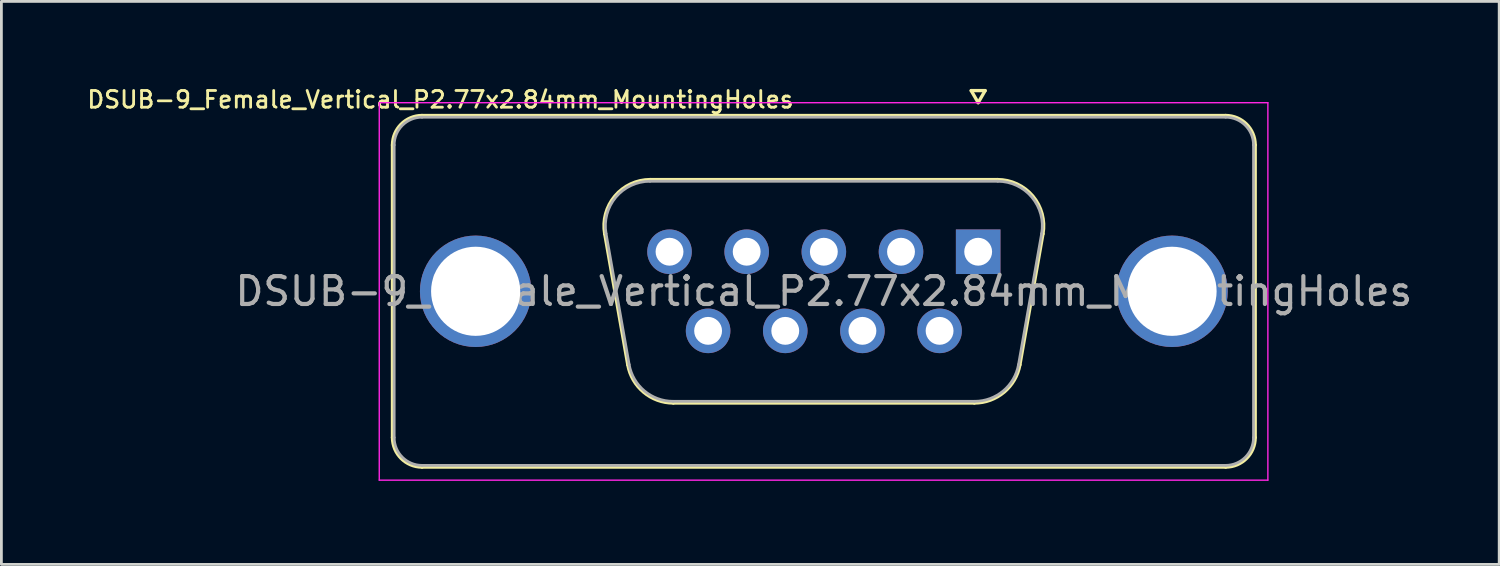
<source format=kicad_pcb>
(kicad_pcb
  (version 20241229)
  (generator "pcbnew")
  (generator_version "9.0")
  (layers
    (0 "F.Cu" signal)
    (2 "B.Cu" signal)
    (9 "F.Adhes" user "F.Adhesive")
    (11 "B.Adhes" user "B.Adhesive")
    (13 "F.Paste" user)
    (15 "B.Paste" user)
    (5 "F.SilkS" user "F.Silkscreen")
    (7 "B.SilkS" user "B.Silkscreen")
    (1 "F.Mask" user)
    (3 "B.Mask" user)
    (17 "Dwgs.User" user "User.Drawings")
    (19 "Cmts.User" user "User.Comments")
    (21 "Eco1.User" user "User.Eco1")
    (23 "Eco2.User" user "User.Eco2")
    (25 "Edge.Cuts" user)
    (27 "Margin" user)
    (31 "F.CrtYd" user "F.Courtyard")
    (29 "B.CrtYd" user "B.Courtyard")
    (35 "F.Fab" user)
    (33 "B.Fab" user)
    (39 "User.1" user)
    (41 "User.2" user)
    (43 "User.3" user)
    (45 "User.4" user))
  (footprint "DSUB-9_Female_Vertical_P2.77x2.84mm_MountingHoles"
    (layer "F.Cu")
    (at 32.065 5.987)
    (property "Reference" "DSUB-9_Female_Vertical_P2.77x2.84mm_MountingHoles" (at -19.304 -5.461 0) (layer "F.SilkS") (effects (font (size 0.6 0.6) (thickness 0.1))))
    (attr through_hole)
    (fp_line (start -21.025 6.67) (end -21.025 -3.83) (stroke (width 0.12) (type solid)) (layer "F.SilkS"))
    (fp_line (start -19.965 -4.89) (end 8.885 -4.89) (stroke (width 0.12) (type solid)) (layer "F.SilkS"))
    (fp_line (start -13.406 -0.642) (end -12.578 4.058) (stroke (width 0.12) (type solid)) (layer "F.SilkS"))
    (fp_line (start -11.772 -2.59) (end 0.692 -2.59) (stroke (width 0.12) (type solid)) (layer "F.SilkS"))
    (fp_line (start -10.943 5.43) (end -0.137 5.43) (stroke (width 0.12) (type solid)) (layer "F.SilkS"))
    (fp_line (start -0.25 -5.784) (end 0.25 -5.784) (stroke (width 0.12) (type solid)) (layer "F.SilkS"))
    (fp_line (start 0 -5.351) (end -0.25 -5.784) (stroke (width 0.12) (type solid)) (layer "F.SilkS"))
    (fp_line (start 0.25 -5.784) (end 0 -5.351) (stroke (width 0.12) (type solid)) (layer "F.SilkS"))
    (fp_line (start 2.326 -0.642) (end 1.498 4.058) (stroke (width 0.12) (type solid)) (layer "F.SilkS"))
    (fp_line (start 8.885 7.73) (end -19.965 7.73) (stroke (width 0.12) (type solid)) (layer "F.SilkS"))
    (fp_line (start 9.945 -3.83) (end 9.945 6.67) (stroke (width 0.12) (type solid)) (layer "F.SilkS"))
    (fp_arc (start -21.025 -3.83) (mid -20.714533 -4.579533) (end -19.965 -4.89) (stroke (width 0.12) (type solid)) (layer "F.SilkS"))
    (fp_arc (start -19.965 7.73) (mid -20.714533 7.419533) (end -21.025 6.67) (stroke (width 0.12) (type solid)) (layer "F.SilkS"))
    (fp_arc (start -13.40647 -0.641744) (mid -13.043323 -1.997028) (end -11.771689 -2.59) (stroke (width 0.12) (type solid)) (layer "F.SilkS"))
    (fp_arc (start -10.942952 5.43) (mid -12.009979 5.041634) (end -12.577733 4.058256) (stroke (width 0.12) (type solid)) (layer "F.SilkS"))
    (fp_arc (start 0.691689 -2.59) (mid 1.963323 -1.997027) (end 2.32647 -0.641744) (stroke (width 0.12) (type solid)) (layer "F.SilkS"))
    (fp_arc (start 1.497733 4.058256) (mid 0.92998 5.041634) (end -0.137048 5.43) (stroke (width 0.12) (type solid)) (layer "F.SilkS"))
    (fp_arc (start 8.885 -4.89) (mid 9.634533 -4.579533) (end 9.945 -3.83) (stroke (width 0.12) (type solid)) (layer "F.SilkS"))
    (fp_arc (start 9.945 6.67) (mid 9.634533 7.419533) (end 8.885 7.73) (stroke (width 0.12) (type solid)) (layer "F.SilkS"))
    (fp_line (start -21.5 -5.35) (end -21.5 8.2) (stroke (width 0.05) (type solid)) (layer "F.CrtYd"))
    (fp_line (start -21.5 8.2) (end 10.4 8.2) (stroke (width 0.05) (type solid)) (layer "F.CrtYd"))
    (fp_line (start 10.4 -5.35) (end -21.5 -5.35) (stroke (width 0.05) (type solid)) (layer "F.CrtYd"))
    (fp_line (start 10.4 8.2) (end 10.4 -5.35) (stroke (width 0.05) (type solid)) (layer "F.CrtYd"))
    (fp_line (start -20.965 6.67) (end -20.965 -3.83) (stroke (width 0.1) (type solid)) (layer "F.Fab"))
    (fp_line (start -19.965 -4.83) (end 8.885 -4.83) (stroke (width 0.1) (type solid)) (layer "F.Fab"))
    (fp_line (start -13.359 -0.652) (end -12.53 4.048) (stroke (width 0.1) (type solid)) (layer "F.Fab"))
    (fp_line (start -11.783 -2.53) (end 0.703 -2.53) (stroke (width 0.1) (type solid)) (layer "F.Fab"))
    (fp_line (start -10.954 5.37) (end -0.126 5.37) (stroke (width 0.1) (type solid)) (layer "F.Fab"))
    (fp_line (start 2.279 -0.652) (end 1.45 4.048) (stroke (width 0.1) (type solid)) (layer "F.Fab"))
    (fp_line (start 8.885 7.67) (end -19.965 7.67) (stroke (width 0.1) (type solid)) (layer "F.Fab"))
    (fp_line (start 9.885 -3.83) (end 9.885 6.67) (stroke (width 0.1) (type solid)) (layer "F.Fab"))
    (fp_arc (start -20.965 -3.83) (mid -20.672107 -4.537107) (end -19.965 -4.83) (stroke (width 0.1) (type solid)) (layer "F.Fab"))
    (fp_arc (start -19.965 7.67) (mid -20.672107 7.377107) (end -20.965 6.67) (stroke (width 0.1) (type solid)) (layer "F.Fab"))
    (fp_arc (start -13.358886 -0.652163) (mid -13.008865 -1.95846) (end -11.783194 -2.53) (stroke (width 0.1) (type solid)) (layer "F.Fab"))
    (fp_arc (start -10.954457 5.37) (mid -11.982917 4.995671) (end -12.530149 4.047837) (stroke (width 0.1) (type solid)) (layer "F.Fab"))
    (fp_arc (start 0.703194 -2.53) (mid 1.928865 -1.95846) (end 2.278886 -0.652163) (stroke (width 0.1) (type solid)) (layer "F.Fab"))
    (fp_arc (start 1.450149 4.047837) (mid 0.902917 4.995671) (end -0.125543 5.37) (stroke (width 0.1) (type solid)) (layer "F.Fab"))
    (fp_arc (start 8.885 -4.83) (mid 9.592107 -4.537107) (end 9.885 -3.83) (stroke (width 0.1) (type solid)) (layer "F.Fab"))
    (fp_arc (start 9.885 6.67) (mid 9.592107 7.377107) (end 8.885 7.67) (stroke (width 0.1) (type solid)) (layer "F.Fab"))
    (fp_text user "${REFERENCE}" (at -5.54 1.42 0) (layer "F.Fab") (effects (font (size 1 1) (thickness 0.15))))
    (pad "" thru_hole circle (at -18.04 1.42) (size 4 4) (drill 3.2) (layers "*.Cu" "*.Mask"))
    (pad "" thru_hole circle (at 6.96 1.42) (size 4 4) (drill 3.2) (layers "*.Cu" "*.Mask"))
    (pad "1" thru_hole rect (at 0 0) (size 1.6 1.6) (drill 1) (layers "*.Cu" "*.Mask"))
    (pad "2" thru_hole circle (at -2.77 0) (size 1.6 1.6) (drill 1) (layers "*.Cu" "*.Mask"))
    (pad "3" thru_hole circle (at -5.54 0) (size 1.6 1.6) (drill 1) (layers "*.Cu" "*.Mask"))
    (pad "4" thru_hole circle (at -8.31 0) (size 1.6 1.6) (drill 1) (layers "*.Cu" "*.Mask"))
    (pad "5" thru_hole circle (at -11.08 0) (size 1.6 1.6) (drill 1) (layers "*.Cu" "*.Mask"))
    (pad "6" thru_hole circle (at -1.385 2.84) (size 1.6 1.6) (drill 1) (layers "*.Cu" "*.Mask"))
    (pad "7" thru_hole circle (at -4.155 2.84) (size 1.6 1.6) (drill 1) (layers "*.Cu" "*.Mask"))
    (pad "8" thru_hole circle (at -6.925 2.84) (size 1.6 1.6) (drill 1) (layers "*.Cu" "*.Mask"))
    (pad "9" thru_hole circle (at -9.695 2.84) (size 1.6 1.6) (drill 1) (layers "*.Cu" "*.Mask")))
  (gr_rect
    (start -3 -3)
    (end 50.769 17.212)
    (stroke (width 0.1) (type default))
    (fill no)
    (layer "Edge.Cuts")))
</source>
